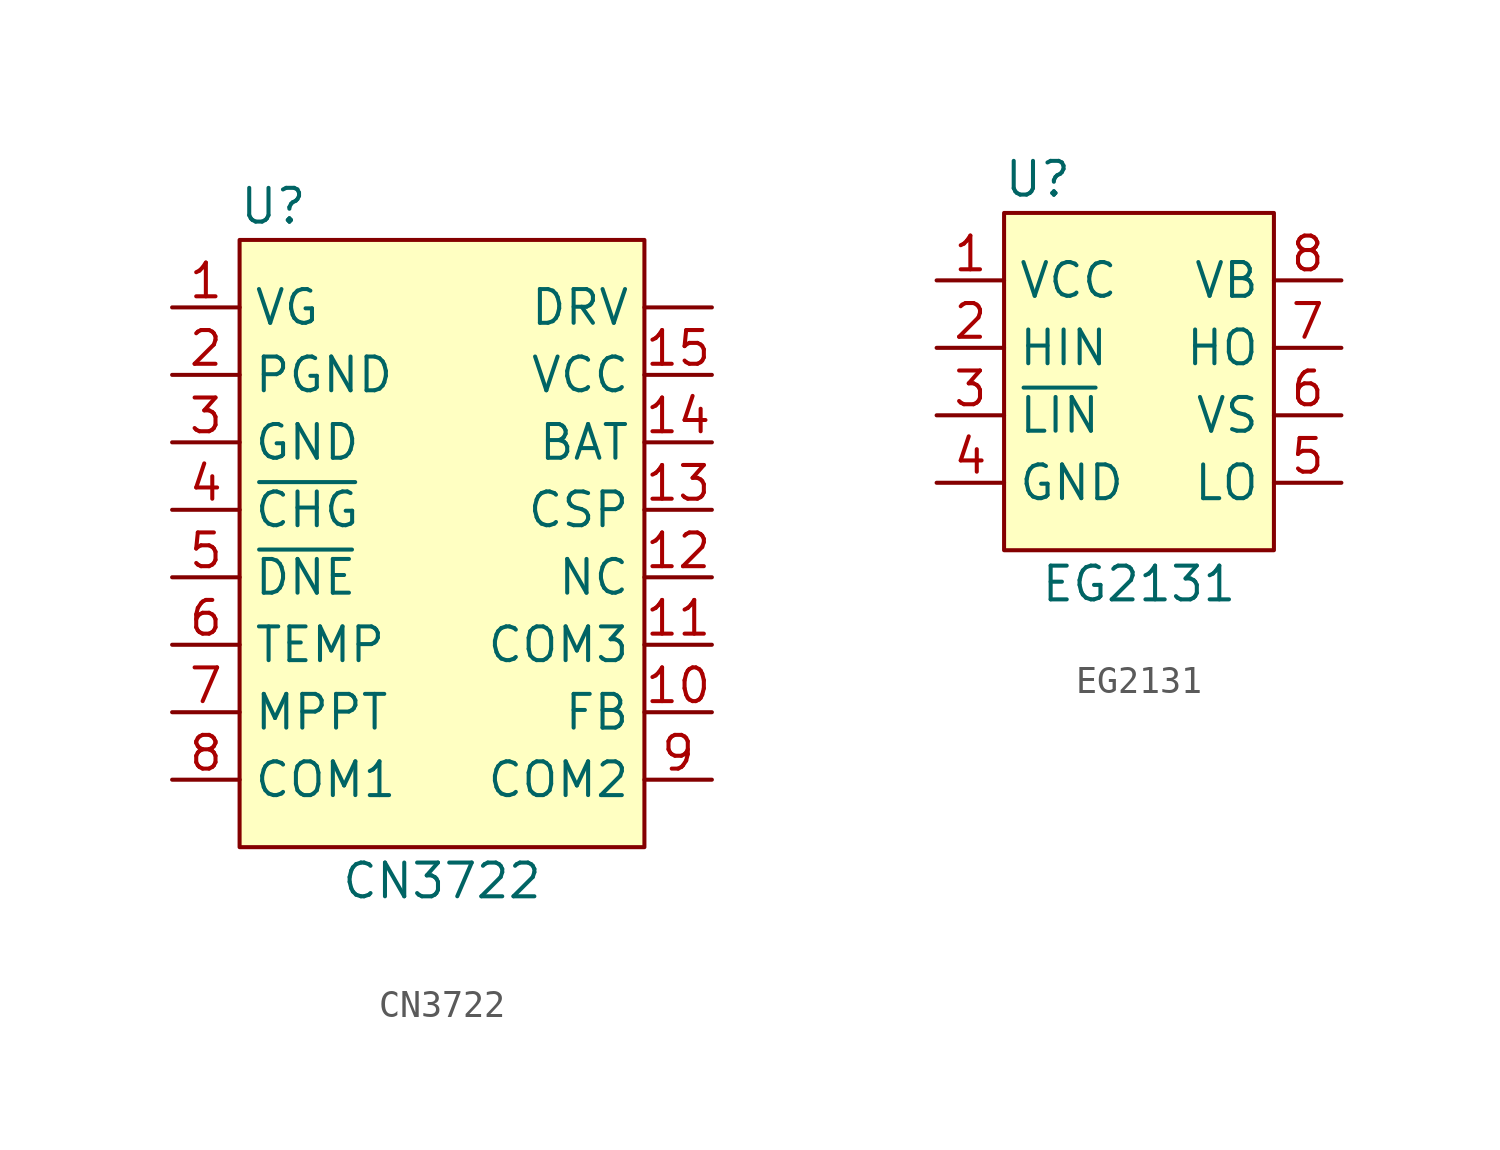
<source format=kicad_sym>
(kicad_symbol_lib
  (version 20211014)
  (generator kicad_symbol_editor)
  (symbol "CN3722"
    (property "Reference" "U"
      (at -6.35 24.13 0)
      (effects (font (size 1.27 1.27))))
    (property "Value" "CN3722"
      (at 0 -1.27 0)
      (effects (font (size 1.27 1.27))))
    (symbol "CN3722_0_1"
      (rectangle (start -7.62 22.86) (end 7.62 0) (stroke (width 0.152) (type default) (color 0 0 0 0)) (fill (type background))))
    (symbol "CN3722_1_1"
      (pin input line (at 10.16 20.32 180) (length 2.54) (name "DRV" (effects (font (size 1.27 1.27)))) (number "" (effects (font (size 1.27 1.27)))))
      (pin input line (at -10.16 20.32 0) (length 2.54) (name "VG" (effects (font (size 1.27 1.27)))) (number "1" (effects (font (size 1.27 1.27)))))
      (pin input line (at 10.16 5.08 180) (length 2.54) (name "FB" (effects (font (size 1.27 1.27)))) (number "10" (effects (font (size 1.27 1.27)))))
      (pin input line (at 10.16 7.62 180) (length 2.54) (name "COM3" (effects (font (size 1.27 1.27)))) (number "11" (effects (font (size 1.27 1.27)))))
      (pin input line (at 10.16 10.16 180) (length 2.54) (name "NC" (effects (font (size 1.27 1.27)))) (number "12" (effects (font (size 1.27 1.27)))))
      (pin input line (at 10.16 12.7 180) (length 2.54) (name "CSP" (effects (font (size 1.27 1.27)))) (number "13" (effects (font (size 1.27 1.27)))))
      (pin input line (at 10.16 15.24 180) (length 2.54) (name "BAT" (effects (font (size 1.27 1.27)))) (number "14" (effects (font (size 1.27 1.27)))))
      (pin input line (at 10.16 17.78 180) (length 2.54) (name "VCC" (effects (font (size 1.27 1.27)))) (number "15" (effects (font (size 1.27 1.27)))))
      (pin input line (at -10.16 17.78 0) (length 2.54) (name "PGND" (effects (font (size 1.27 1.27)))) (number "2" (effects (font (size 1.27 1.27)))))
      (pin input line (at -10.16 15.24 0) (length 2.54) (name "GND" (effects (font (size 1.27 1.27)))) (number "3" (effects (font (size 1.27 1.27)))))
      (pin input line (at -10.16 12.7 0) (length 2.54) (name "~{CHG}" (effects (font (size 1.27 1.27)))) (number "4" (effects (font (size 1.27 1.27)))))
      (pin input line (at -10.16 10.16 0) (length 2.54) (name "~{DNE}" (effects (font (size 1.27 1.27)))) (number "5" (effects (font (size 1.27 1.27)))))
      (pin input line (at -10.16 7.62 0) (length 2.54) (name "TEMP" (effects (font (size 1.27 1.27)))) (number "6" (effects (font (size 1.27 1.27)))))
      (pin input line (at -10.16 5.08 0) (length 2.54) (name "MPPT" (effects (font (size 1.27 1.27)))) (number "7" (effects (font (size 1.27 1.27)))))
      (pin input line (at -10.16 2.54 0) (length 2.54) (name "COM1" (effects (font (size 1.27 1.27)))) (number "8" (effects (font (size 1.27 1.27)))))
      (pin input line (at 10.16 2.54 180) (length 2.54) (name "COM2" (effects (font (size 1.27 1.27)))) (number "9" (effects (font (size 1.27 1.27)))))))
  (symbol "EG2131"
    (property "Reference" "U"
      (at -3.81 13.97 0)
      (effects (font (size 1.27 1.27))))
    (property "Value" "EG2131"
      (at 0 -1.27 0)
      (effects (font (size 1.27 1.27))))
    (symbol "EG2131_0_1"
      (rectangle (start -5.08 12.7) (end 5.08 0) (stroke (width 0.152) (type default) (color 0 0 0 0)) (fill (type background))))
    (symbol "EG2131_1_1"
      (pin input line (at -7.62 10.16 0) (length 2.54) (name "VCC" (effects (font (size 1.27 1.27)))) (number "1" (effects (font (size 1.27 1.27)))))
      (pin input line (at -7.62 7.62 0) (length 2.54) (name "HIN" (effects (font (size 1.27 1.27)))) (number "2" (effects (font (size 1.27 1.27)))))
      (pin input line (at -7.62 5.08 0) (length 2.54) (name "~{LIN}" (effects (font (size 1.27 1.27)))) (number "3" (effects (font (size 1.27 1.27)))))
      (pin input line (at -7.62 2.54 0) (length 2.54) (name "GND" (effects (font (size 1.27 1.27)))) (number "4" (effects (font (size 1.27 1.27)))))
      (pin input line (at 7.62 2.54 180) (length 2.54) (name "LO" (effects (font (size 1.27 1.27)))) (number "5" (effects (font (size 1.27 1.27)))))
      (pin input line (at 7.62 5.08 180) (length 2.54) (name "VS" (effects (font (size 1.27 1.27)))) (number "6" (effects (font (size 1.27 1.27)))))
      (pin input line (at 7.62 7.62 180) (length 2.54) (name "HO" (effects (font (size 1.27 1.27)))) (number "7" (effects (font (size 1.27 1.27)))))
      (pin input line (at 7.62 10.16 180) (length 2.54) (name "VB" (effects (font (size 1.27 1.27)))) (number "8" (effects (font (size 1.27 1.27))))))))
</source>
